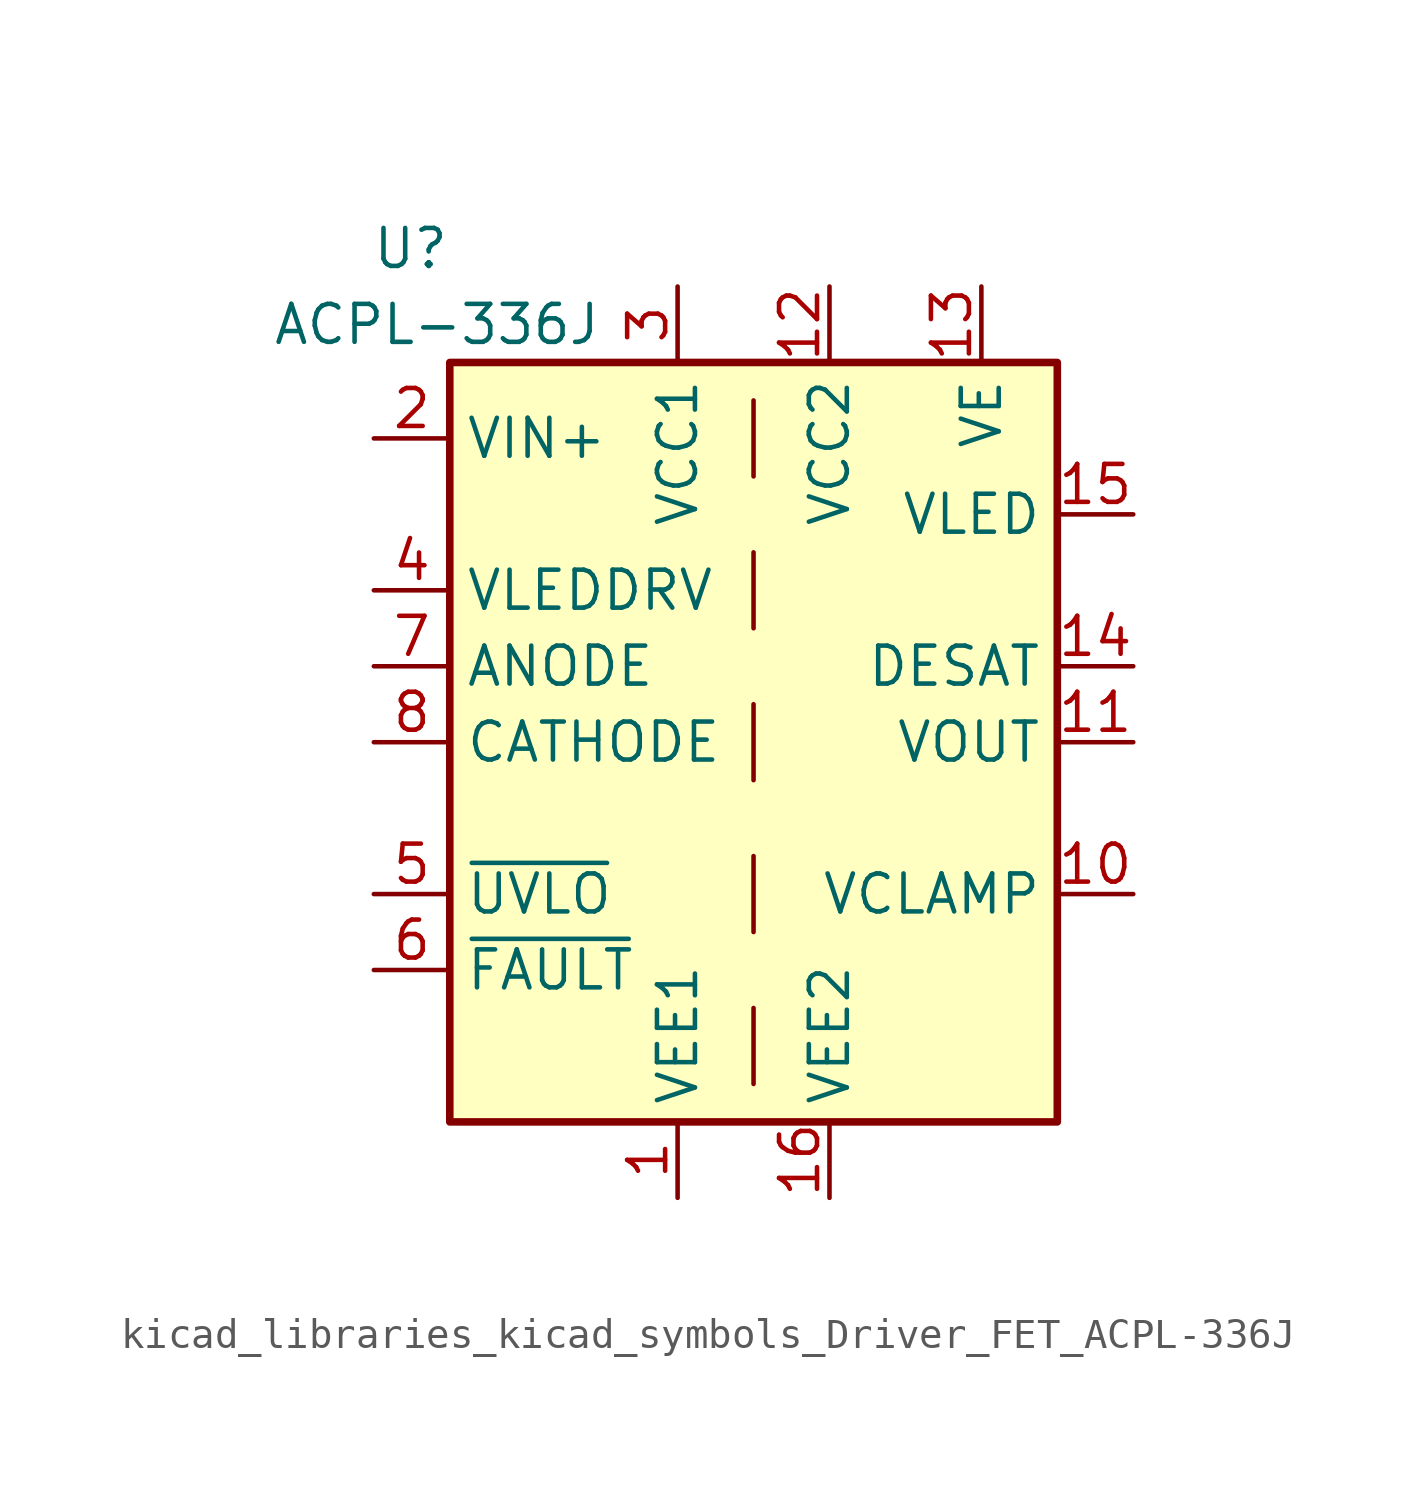
<source format=kicad_sym>
(kicad_symbol_lib
  (version 20220914)
  (generator kicad_symbol_editor)
  (symbol "kicad_libraries_kicad_symbols_Driver_FET_ACPL-336J"
    (property "Reference" "U"
      (at -10.16 16.51 0)
      (effects (font (size 1.27 1.27)) (justify right)))
    (property "Value" "ACPL-336J"
      (at -5.08 13.97 0)
      (effects (font (size 1.27 1.27)) (justify right)))
    (symbol "kicad_libraries_kicad_symbols_Driver_FET_ACPL-336J_0_1"
      (rectangle (start -10.16 12.7) (end 10.16 -12.7) (stroke (width 0.254) (type default)) (fill (type background)))
      (polyline (pts (xy 0 -11.43) (xy 0 -8.89)) (stroke (width 0) (type default)) (fill (type none)))
      (polyline (pts (xy 0 -6.35) (xy 0 -3.81)) (stroke (width 0) (type default)) (fill (type none)))
      (polyline (pts (xy 0 -1.27) (xy 0 1.27)) (stroke (width 0) (type default)) (fill (type none)))
      (polyline (pts (xy 0 3.81) (xy 0 6.35)) (stroke (width 0) (type default)) (fill (type none)))
      (polyline (pts (xy 0 8.89) (xy 0 11.43)) (stroke (width 0) (type default)) (fill (type none))))
    (symbol "kicad_libraries_kicad_symbols_Driver_FET_ACPL-336J_1_1"
      (pin power_in line (at -2.54 -15.24 90) (length 2.54) (name "VEE1" (effects (font (size 1.27 1.27)))) (number "1" (effects (font (size 1.27 1.27)))))
      (pin bidirectional line (at 12.7 -5.08 180) (length 2.54) (name "VCLAMP" (effects (font (size 1.27 1.27)))) (number "10" (effects (font (size 1.27 1.27)))))
      (pin output line (at 12.7 0 180) (length 2.54) (name "VOUT" (effects (font (size 1.27 1.27)))) (number "11" (effects (font (size 1.27 1.27)))))
      (pin power_in line (at 2.54 15.24 270) (length 2.54) (name "VCC2" (effects (font (size 1.27 1.27)))) (number "12" (effects (font (size 1.27 1.27)))))
      (pin power_in line (at 7.62 15.24 270) (length 2.54) (name "VE" (effects (font (size 1.27 1.27)))) (number "13" (effects (font (size 1.27 1.27)))))
      (pin bidirectional line (at 12.7 2.54 180) (length 2.54) (name "DESAT" (effects (font (size 1.27 1.27)))) (number "14" (effects (font (size 1.27 1.27)))))
      (pin output line (at 12.7 7.62 180) (length 2.54) (name "VLED" (effects (font (size 1.27 1.27)))) (number "15" (effects (font (size 1.27 1.27)))))
      (pin power_in line (at 2.54 -15.24 90) (length 2.54) (name "VEE2" (effects (font (size 1.27 1.27)))) (number "16" (effects (font (size 1.27 1.27)))))
      (pin input line (at -12.7 10.16 0) (length 2.54) (name "VIN+" (effects (font (size 1.27 1.27)))) (number "2" (effects (font (size 1.27 1.27)))))
      (pin power_in line (at -2.54 15.24 270) (length 2.54) (name "VCC1" (effects (font (size 1.27 1.27)))) (number "3" (effects (font (size 1.27 1.27)))))
      (pin output line (at -12.7 5.08 0) (length 2.54) (name "VLEDDRV" (effects (font (size 1.27 1.27)))) (number "4" (effects (font (size 1.27 1.27)))))
      (pin open_collector line (at -12.7 -5.08 0) (length 2.54) (name "~{UVLO}" (effects (font (size 1.27 1.27)))) (number "5" (effects (font (size 1.27 1.27)))))
      (pin open_collector line (at -12.7 -7.62 0) (length 2.54) (name "~{FAULT}" (effects (font (size 1.27 1.27)))) (number "6" (effects (font (size 1.27 1.27)))))
      (pin passive line (at -12.7 2.54 0) (length 2.54) (name "ANODE" (effects (font (size 1.27 1.27)))) (number "7" (effects (font (size 1.27 1.27)))))
      (pin passive line (at -12.7 0 0) (length 2.54) (name "CATHODE" (effects (font (size 1.27 1.27)))) (number "8" (effects (font (size 1.27 1.27)))))
      (pin passive line (at 2.54 -15.24 90) (length 2.54) hide (name "VEE2" (effects (font (size 1.27 1.27)))) (number "9" (effects (font (size 1.27 1.27))))))))
</source>
